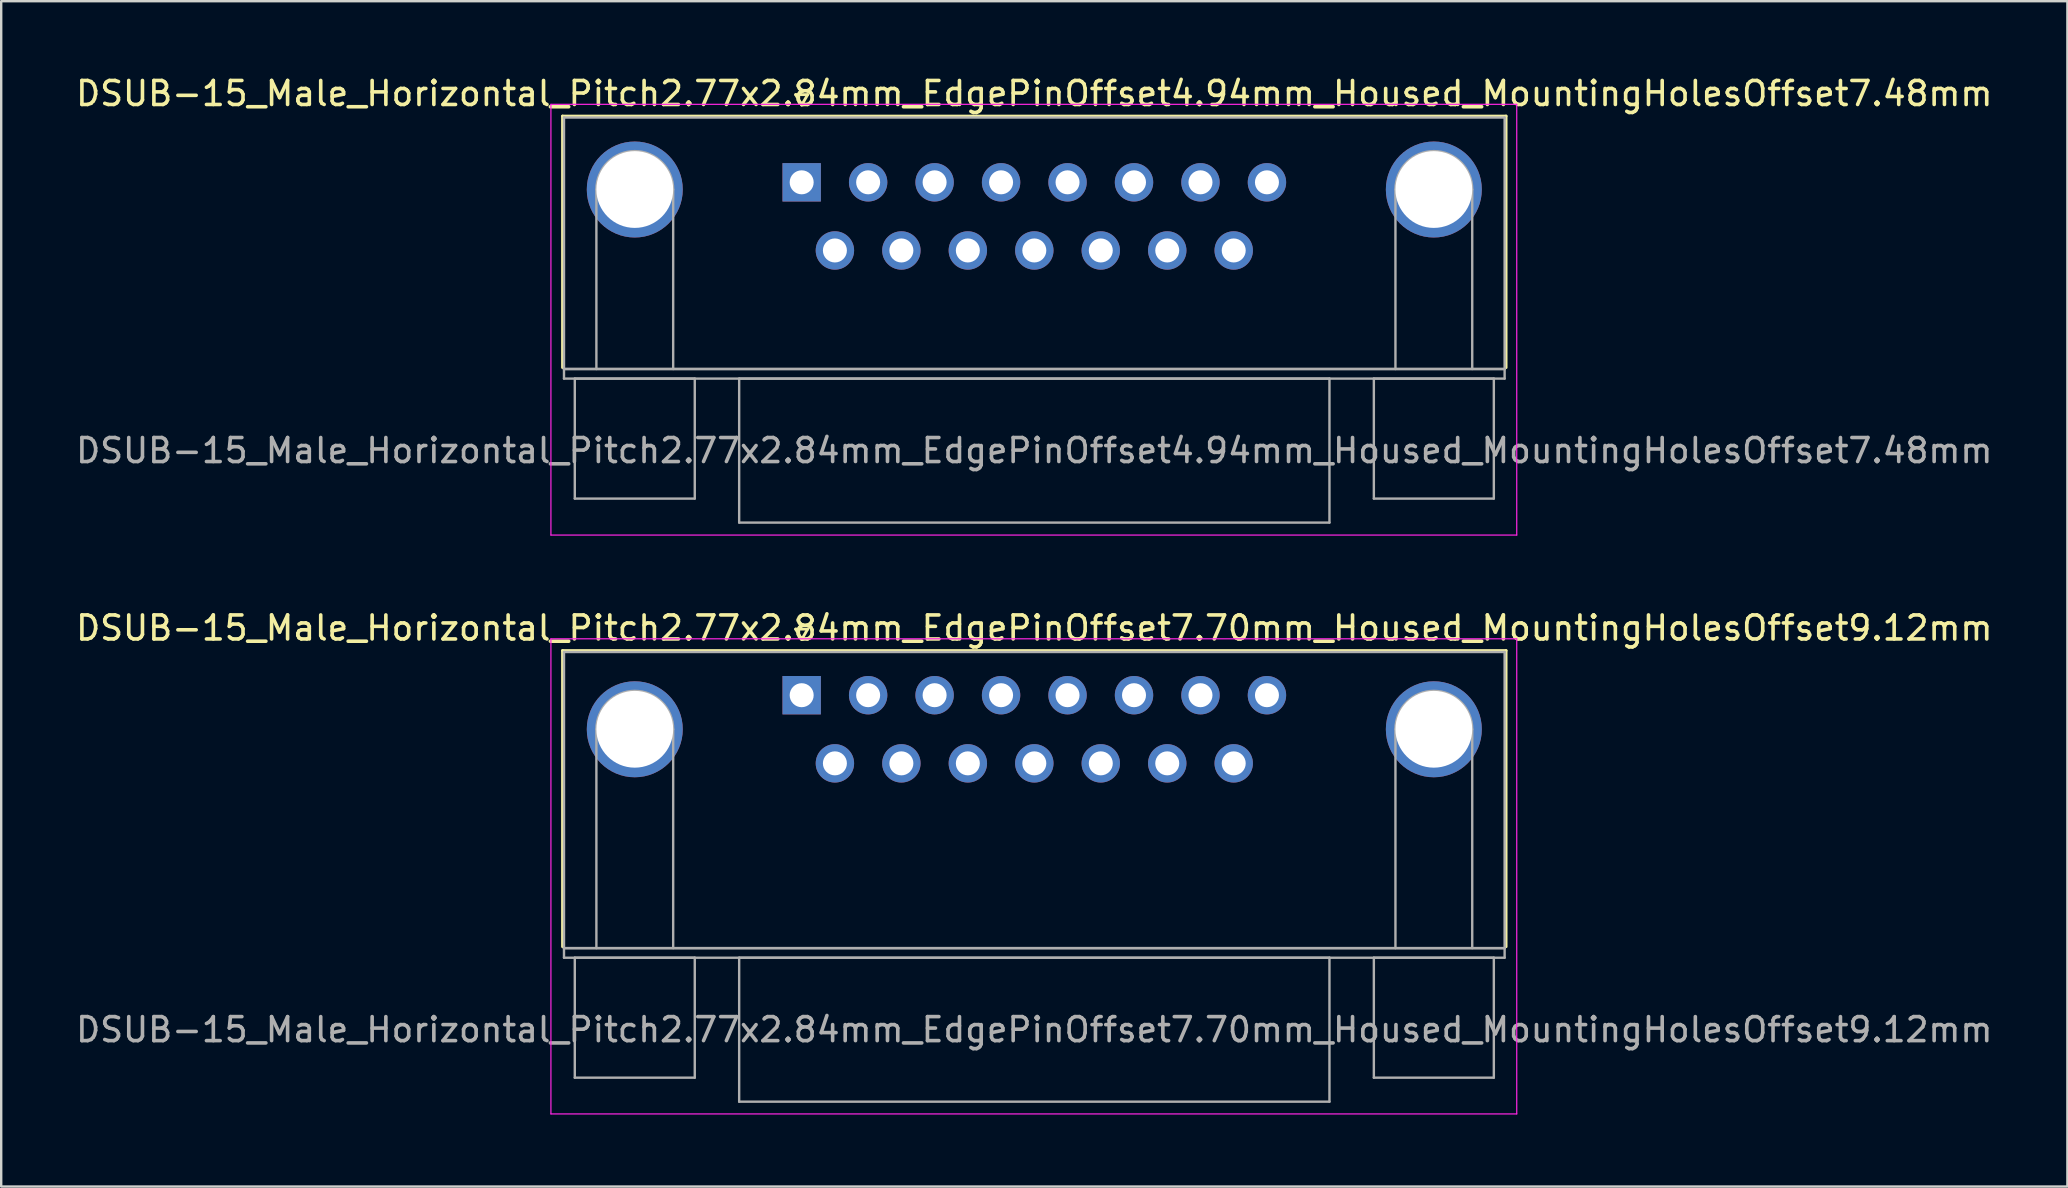
<source format=kicad_pcb>
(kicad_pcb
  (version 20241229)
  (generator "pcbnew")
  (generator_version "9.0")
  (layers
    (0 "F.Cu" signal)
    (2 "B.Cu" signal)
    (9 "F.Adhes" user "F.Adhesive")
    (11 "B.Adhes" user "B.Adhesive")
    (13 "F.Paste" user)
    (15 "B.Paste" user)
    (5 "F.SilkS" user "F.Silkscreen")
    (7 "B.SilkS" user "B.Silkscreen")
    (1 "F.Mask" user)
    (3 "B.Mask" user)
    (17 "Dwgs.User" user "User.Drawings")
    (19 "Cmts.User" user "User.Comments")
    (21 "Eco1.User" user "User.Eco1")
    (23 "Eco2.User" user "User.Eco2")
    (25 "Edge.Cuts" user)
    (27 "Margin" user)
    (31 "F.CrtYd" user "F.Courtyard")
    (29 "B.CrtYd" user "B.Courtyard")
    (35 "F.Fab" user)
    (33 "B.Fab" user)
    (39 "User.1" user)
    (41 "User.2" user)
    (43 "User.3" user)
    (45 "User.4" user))
  (footprint "DSUB-15_Male_Horizontal_Pitch2.77x2.84mm_EdgePinOffset4.94mm_Housed_MountingHolesOffset7.48mm"
    (layer "F.Cu")
    (at 30.359 4.548)
    (property "Reference" "DSUB-15_Male_Horizontal_Pitch2.77x2.84mm_EdgePinOffset4.94mm_Housed_MountingHolesOffset7.48mm" (at 9.695 -3.7 0) (layer "F.SilkS") (effects (font (size 1 1) (thickness 0.15))))
    (attr through_hole)
    (fp_line (start -9.965 -2.76) (end 29.355 -2.76) (stroke (width 0.12) (type solid)) (layer "F.SilkS"))
    (fp_line (start -9.965 7.72) (end -9.965 -2.76) (stroke (width 0.12) (type solid)) (layer "F.SilkS"))
    (fp_line (start -0.25 -3.654) (end 0.25 -3.654) (stroke (width 0.12) (type solid)) (layer "F.SilkS"))
    (fp_line (start 0 -3.221) (end -0.25 -3.654) (stroke (width 0.12) (type solid)) (layer "F.SilkS"))
    (fp_line (start 0.25 -3.654) (end 0 -3.221) (stroke (width 0.12) (type solid)) (layer "F.SilkS"))
    (fp_line (start 29.355 -2.76) (end 29.355 7.72) (stroke (width 0.12) (type solid)) (layer "F.SilkS"))
    (fp_line (start -10.45 -3.25) (end -10.45 14.7) (stroke (width 0.05) (type solid)) (layer "F.CrtYd"))
    (fp_line (start -10.45 14.7) (end 29.8 14.7) (stroke (width 0.05) (type solid)) (layer "F.CrtYd"))
    (fp_line (start 29.8 -3.25) (end -10.45 -3.25) (stroke (width 0.05) (type solid)) (layer "F.CrtYd"))
    (fp_line (start 29.8 14.7) (end 29.8 -3.25) (stroke (width 0.05) (type solid)) (layer "F.CrtYd"))
    (fp_line (start -9.905 -2.7) (end -9.905 7.78) (stroke (width 0.1) (type solid)) (layer "F.Fab"))
    (fp_line (start -9.905 7.78) (end -9.905 8.18) (stroke (width 0.1) (type solid)) (layer "F.Fab"))
    (fp_line (start -9.905 7.78) (end 29.295 7.78) (stroke (width 0.1) (type solid)) (layer "F.Fab"))
    (fp_line (start -9.905 8.18) (end 29.295 8.18) (stroke (width 0.1) (type solid)) (layer "F.Fab"))
    (fp_line (start -9.455 8.18) (end -9.455 13.18) (stroke (width 0.1) (type solid)) (layer "F.Fab"))
    (fp_line (start -9.455 13.18) (end -4.455 13.18) (stroke (width 0.1) (type solid)) (layer "F.Fab"))
    (fp_line (start -8.555 7.78) (end -8.555 0.3) (stroke (width 0.1) (type solid)) (layer "F.Fab"))
    (fp_line (start -5.355 7.78) (end -5.355 0.3) (stroke (width 0.1) (type solid)) (layer "F.Fab"))
    (fp_line (start -4.455 8.18) (end -9.455 8.18) (stroke (width 0.1) (type solid)) (layer "F.Fab"))
    (fp_line (start -4.455 13.18) (end -4.455 8.18) (stroke (width 0.1) (type solid)) (layer "F.Fab"))
    (fp_line (start -2.605 8.18) (end -2.605 14.18) (stroke (width 0.1) (type solid)) (layer "F.Fab"))
    (fp_line (start -2.605 14.18) (end 21.995 14.18) (stroke (width 0.1) (type solid)) (layer "F.Fab"))
    (fp_line (start 21.995 8.18) (end -2.605 8.18) (stroke (width 0.1) (type solid)) (layer "F.Fab"))
    (fp_line (start 21.995 14.18) (end 21.995 8.18) (stroke (width 0.1) (type solid)) (layer "F.Fab"))
    (fp_line (start 23.845 8.18) (end 23.845 13.18) (stroke (width 0.1) (type solid)) (layer "F.Fab"))
    (fp_line (start 23.845 13.18) (end 28.845 13.18) (stroke (width 0.1) (type solid)) (layer "F.Fab"))
    (fp_line (start 24.745 7.78) (end 24.745 0.3) (stroke (width 0.1) (type solid)) (layer "F.Fab"))
    (fp_line (start 27.945 7.78) (end 27.945 0.3) (stroke (width 0.1) (type solid)) (layer "F.Fab"))
    (fp_line (start 28.845 8.18) (end 23.845 8.18) (stroke (width 0.1) (type solid)) (layer "F.Fab"))
    (fp_line (start 28.845 13.18) (end 28.845 8.18) (stroke (width 0.1) (type solid)) (layer "F.Fab"))
    (fp_line (start 29.295 -2.7) (end -9.905 -2.7) (stroke (width 0.1) (type solid)) (layer "F.Fab"))
    (fp_line (start 29.295 7.78) (end -9.905 7.78) (stroke (width 0.1) (type solid)) (layer "F.Fab"))
    (fp_line (start 29.295 7.78) (end 29.295 -2.7) (stroke (width 0.1) (type solid)) (layer "F.Fab"))
    (fp_line (start 29.295 8.18) (end 29.295 7.78) (stroke (width 0.1) (type solid)) (layer "F.Fab"))
    (fp_arc (start -8.555 0.3) (mid -6.955 -1.3) (end -5.355 0.3) (stroke (width 0.1) (type solid)) (layer "F.Fab"))
    (fp_arc (start 24.745 0.3) (mid 26.345 -1.3) (end 27.945 0.3) (stroke (width 0.1) (type solid)) (layer "F.Fab"))
    (fp_text user "${REFERENCE}" (at 9.695 11.18 0) (layer "F.Fab") (effects (font (size 1 1) (thickness 0.15))))
    (pad "0" thru_hole circle (at -6.955 0.3) (size 4 4) (drill 3.2) (layers "*.Cu" "*.Mask"))
    (pad "0" thru_hole circle (at 26.345 0.3) (size 4 4) (drill 3.2) (layers "*.Cu" "*.Mask"))
    (pad "1" thru_hole rect (at 0 0) (size 1.6 1.6) (drill 1) (layers "*.Cu" "*.Mask"))
    (pad "2" thru_hole circle (at 2.77 0) (size 1.6 1.6) (drill 1) (layers "*.Cu" "*.Mask"))
    (pad "3" thru_hole circle (at 5.54 0) (size 1.6 1.6) (drill 1) (layers "*.Cu" "*.Mask"))
    (pad "4" thru_hole circle (at 8.31 0) (size 1.6 1.6) (drill 1) (layers "*.Cu" "*.Mask"))
    (pad "5" thru_hole circle (at 11.08 0) (size 1.6 1.6) (drill 1) (layers "*.Cu" "*.Mask"))
    (pad "6" thru_hole circle (at 13.85 0) (size 1.6 1.6) (drill 1) (layers "*.Cu" "*.Mask"))
    (pad "7" thru_hole circle (at 16.62 0) (size 1.6 1.6) (drill 1) (layers "*.Cu" "*.Mask"))
    (pad "8" thru_hole circle (at 19.39 0) (size 1.6 1.6) (drill 1) (layers "*.Cu" "*.Mask"))
    (pad "9" thru_hole circle (at 1.385 2.84) (size 1.6 1.6) (drill 1) (layers "*.Cu" "*.Mask"))
    (pad "10" thru_hole circle (at 4.155 2.84) (size 1.6 1.6) (drill 1) (layers "*.Cu" "*.Mask"))
    (pad "11" thru_hole circle (at 6.925 2.84) (size 1.6 1.6) (drill 1) (layers "*.Cu" "*.Mask"))
    (pad "12" thru_hole circle (at 9.695 2.84) (size 1.6 1.6) (drill 1) (layers "*.Cu" "*.Mask"))
    (pad "13" thru_hole circle (at 12.465 2.84) (size 1.6 1.6) (drill 1) (layers "*.Cu" "*.Mask"))
    (pad "14" thru_hole circle (at 15.235 2.84) (size 1.6 1.6) (drill 1) (layers "*.Cu" "*.Mask"))
    (pad "15" thru_hole circle (at 18.005 2.84) (size 1.6 1.6) (drill 1) (layers "*.Cu" "*.Mask")))
  (footprint "DSUB-15_Male_Horizontal_Pitch2.77x2.84mm_EdgePinOffset7.70mm_Housed_MountingHolesOffset9.12mm"
    (layer "F.Cu")
    (at 30.359 25.922)
    (property "Reference" "DSUB-15_Male_Horizontal_Pitch2.77x2.84mm_EdgePinOffset7.70mm_Housed_MountingHolesOffset9.12mm" (at 9.695 -2.8 0) (layer "F.SilkS") (effects (font (size 1 1) (thickness 0.15))))
    (attr through_hole)
    (fp_line (start -9.965 -1.86) (end 29.355 -1.86) (stroke (width 0.12) (type solid)) (layer "F.SilkS"))
    (fp_line (start -9.965 10.48) (end -9.965 -1.86) (stroke (width 0.12) (type solid)) (layer "F.SilkS"))
    (fp_line (start -0.25 -2.754) (end 0.25 -2.754) (stroke (width 0.12) (type solid)) (layer "F.SilkS"))
    (fp_line (start 0 -2.321) (end -0.25 -2.754) (stroke (width 0.12) (type solid)) (layer "F.SilkS"))
    (fp_line (start 0.25 -2.754) (end 0 -2.321) (stroke (width 0.12) (type solid)) (layer "F.SilkS"))
    (fp_line (start 29.355 -1.86) (end 29.355 10.48) (stroke (width 0.12) (type solid)) (layer "F.SilkS"))
    (fp_line (start -10.45 -2.35) (end -10.45 17.45) (stroke (width 0.05) (type solid)) (layer "F.CrtYd"))
    (fp_line (start -10.45 17.45) (end 29.8 17.45) (stroke (width 0.05) (type solid)) (layer "F.CrtYd"))
    (fp_line (start 29.8 -2.35) (end -10.45 -2.35) (stroke (width 0.05) (type solid)) (layer "F.CrtYd"))
    (fp_line (start 29.8 17.45) (end 29.8 -2.35) (stroke (width 0.05) (type solid)) (layer "F.CrtYd"))
    (fp_line (start -9.905 -1.8) (end -9.905 10.54) (stroke (width 0.1) (type solid)) (layer "F.Fab"))
    (fp_line (start -9.905 10.54) (end -9.905 10.94) (stroke (width 0.1) (type solid)) (layer "F.Fab"))
    (fp_line (start -9.905 10.54) (end 29.295 10.54) (stroke (width 0.1) (type solid)) (layer "F.Fab"))
    (fp_line (start -9.905 10.94) (end 29.295 10.94) (stroke (width 0.1) (type solid)) (layer "F.Fab"))
    (fp_line (start -9.455 10.94) (end -9.455 15.94) (stroke (width 0.1) (type solid)) (layer "F.Fab"))
    (fp_line (start -9.455 15.94) (end -4.455 15.94) (stroke (width 0.1) (type solid)) (layer "F.Fab"))
    (fp_line (start -8.555 10.54) (end -8.555 1.42) (stroke (width 0.1) (type solid)) (layer "F.Fab"))
    (fp_line (start -5.355 10.54) (end -5.355 1.42) (stroke (width 0.1) (type solid)) (layer "F.Fab"))
    (fp_line (start -4.455 10.94) (end -9.455 10.94) (stroke (width 0.1) (type solid)) (layer "F.Fab"))
    (fp_line (start -4.455 15.94) (end -4.455 10.94) (stroke (width 0.1) (type solid)) (layer "F.Fab"))
    (fp_line (start -2.605 10.94) (end -2.605 16.94) (stroke (width 0.1) (type solid)) (layer "F.Fab"))
    (fp_line (start -2.605 16.94) (end 21.995 16.94) (stroke (width 0.1) (type solid)) (layer "F.Fab"))
    (fp_line (start 21.995 10.94) (end -2.605 10.94) (stroke (width 0.1) (type solid)) (layer "F.Fab"))
    (fp_line (start 21.995 16.94) (end 21.995 10.94) (stroke (width 0.1) (type solid)) (layer "F.Fab"))
    (fp_line (start 23.845 10.94) (end 23.845 15.94) (stroke (width 0.1) (type solid)) (layer "F.Fab"))
    (fp_line (start 23.845 15.94) (end 28.845 15.94) (stroke (width 0.1) (type solid)) (layer "F.Fab"))
    (fp_line (start 24.745 10.54) (end 24.745 1.42) (stroke (width 0.1) (type solid)) (layer "F.Fab"))
    (fp_line (start 27.945 10.54) (end 27.945 1.42) (stroke (width 0.1) (type solid)) (layer "F.Fab"))
    (fp_line (start 28.845 10.94) (end 23.845 10.94) (stroke (width 0.1) (type solid)) (layer "F.Fab"))
    (fp_line (start 28.845 15.94) (end 28.845 10.94) (stroke (width 0.1) (type solid)) (layer "F.Fab"))
    (fp_line (start 29.295 -1.8) (end -9.905 -1.8) (stroke (width 0.1) (type solid)) (layer "F.Fab"))
    (fp_line (start 29.295 10.54) (end -9.905 10.54) (stroke (width 0.1) (type solid)) (layer "F.Fab"))
    (fp_line (start 29.295 10.54) (end 29.295 -1.8) (stroke (width 0.1) (type solid)) (layer "F.Fab"))
    (fp_line (start 29.295 10.94) (end 29.295 10.54) (stroke (width 0.1) (type solid)) (layer "F.Fab"))
    (fp_arc (start -8.555 1.42) (mid -6.955 -0.18) (end -5.355 1.42) (stroke (width 0.1) (type solid)) (layer "F.Fab"))
    (fp_arc (start 24.745 1.42) (mid 26.345 -0.18) (end 27.945 1.42) (stroke (width 0.1) (type solid)) (layer "F.Fab"))
    (fp_text user "${REFERENCE}" (at 9.695 13.94 0) (layer "F.Fab") (effects (font (size 1 1) (thickness 0.15))))
    (pad "0" thru_hole circle (at -6.955 1.42) (size 4 4) (drill 3.2) (layers "*.Cu" "*.Mask"))
    (pad "0" thru_hole circle (at 26.345 1.42) (size 4 4) (drill 3.2) (layers "*.Cu" "*.Mask"))
    (pad "1" thru_hole rect (at 0 0) (size 1.6 1.6) (drill 1) (layers "*.Cu" "*.Mask"))
    (pad "2" thru_hole circle (at 2.77 0) (size 1.6 1.6) (drill 1) (layers "*.Cu" "*.Mask"))
    (pad "3" thru_hole circle (at 5.54 0) (size 1.6 1.6) (drill 1) (layers "*.Cu" "*.Mask"))
    (pad "4" thru_hole circle (at 8.31 0) (size 1.6 1.6) (drill 1) (layers "*.Cu" "*.Mask"))
    (pad "5" thru_hole circle (at 11.08 0) (size 1.6 1.6) (drill 1) (layers "*.Cu" "*.Mask"))
    (pad "6" thru_hole circle (at 13.85 0) (size 1.6 1.6) (drill 1) (layers "*.Cu" "*.Mask"))
    (pad "7" thru_hole circle (at 16.62 0) (size 1.6 1.6) (drill 1) (layers "*.Cu" "*.Mask"))
    (pad "8" thru_hole circle (at 19.39 0) (size 1.6 1.6) (drill 1) (layers "*.Cu" "*.Mask"))
    (pad "9" thru_hole circle (at 1.385 2.84) (size 1.6 1.6) (drill 1) (layers "*.Cu" "*.Mask"))
    (pad "10" thru_hole circle (at 4.155 2.84) (size 1.6 1.6) (drill 1) (layers "*.Cu" "*.Mask"))
    (pad "11" thru_hole circle (at 6.925 2.84) (size 1.6 1.6) (drill 1) (layers "*.Cu" "*.Mask"))
    (pad "12" thru_hole circle (at 9.695 2.84) (size 1.6 1.6) (drill 1) (layers "*.Cu" "*.Mask"))
    (pad "13" thru_hole circle (at 12.465 2.84) (size 1.6 1.6) (drill 1) (layers "*.Cu" "*.Mask"))
    (pad "14" thru_hole circle (at 15.235 2.84) (size 1.6 1.6) (drill 1) (layers "*.Cu" "*.Mask"))
    (pad "15" thru_hole circle (at 18.005 2.84) (size 1.6 1.6) (drill 1) (layers "*.Cu" "*.Mask")))
  (gr_rect
    (start -3 -3)
    (end 83.107 46.397)
    (stroke (width 0.1) (type default))
    (fill no)
    (layer "Edge.Cuts")))
</source>
